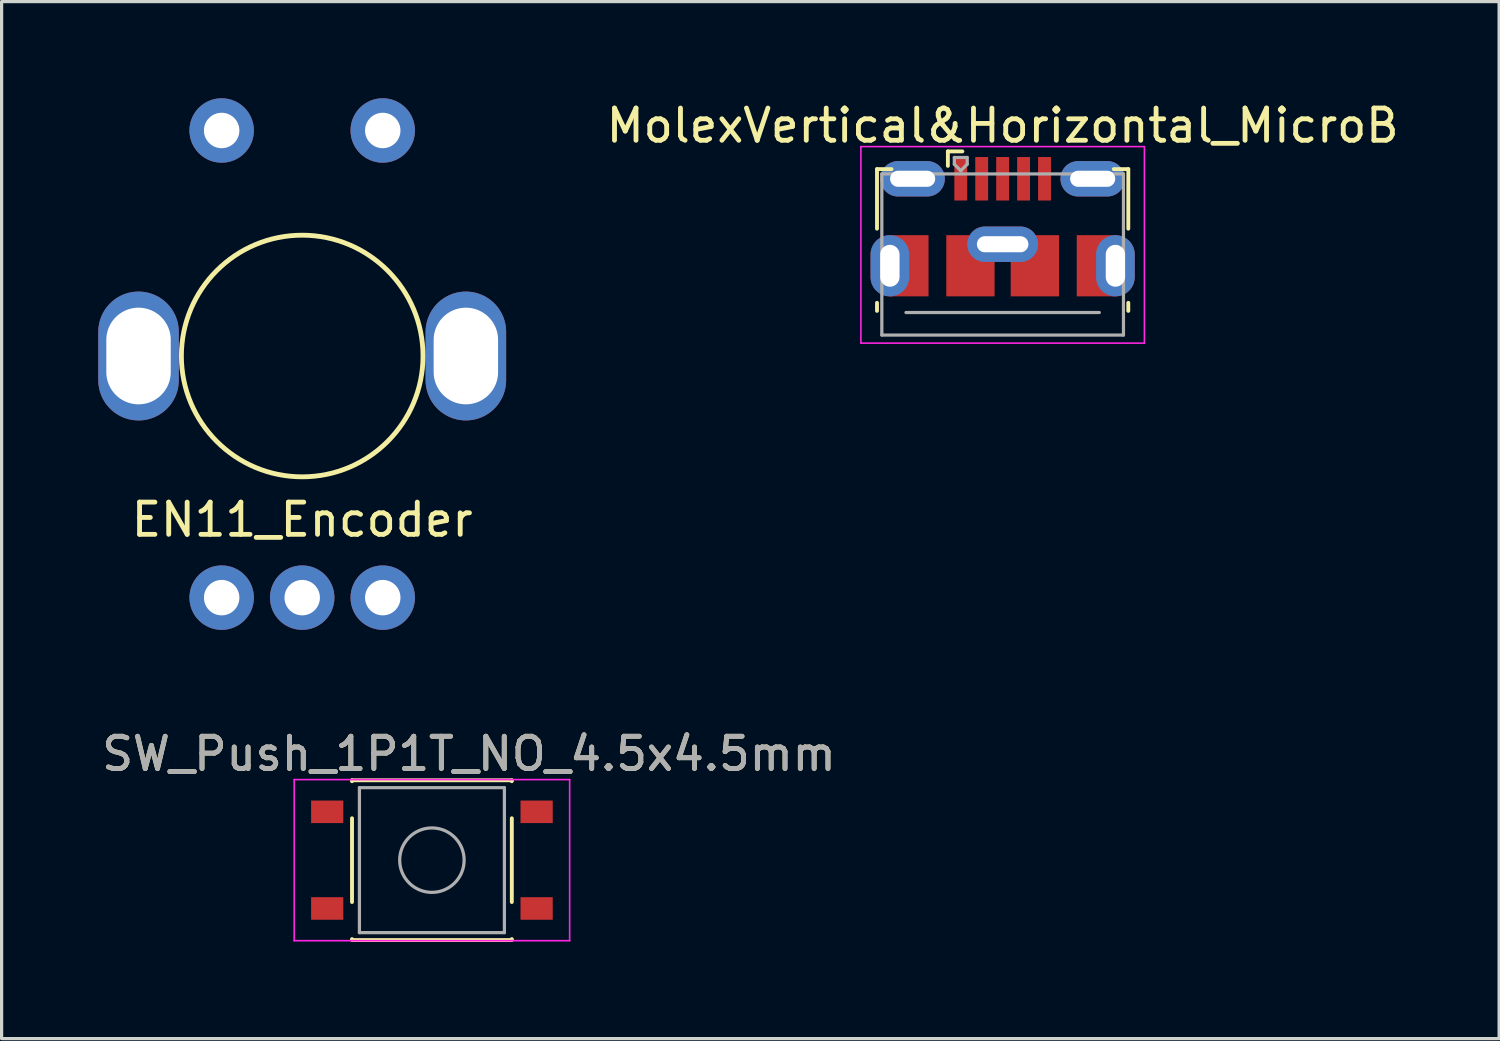
<source format=kicad_pcb>
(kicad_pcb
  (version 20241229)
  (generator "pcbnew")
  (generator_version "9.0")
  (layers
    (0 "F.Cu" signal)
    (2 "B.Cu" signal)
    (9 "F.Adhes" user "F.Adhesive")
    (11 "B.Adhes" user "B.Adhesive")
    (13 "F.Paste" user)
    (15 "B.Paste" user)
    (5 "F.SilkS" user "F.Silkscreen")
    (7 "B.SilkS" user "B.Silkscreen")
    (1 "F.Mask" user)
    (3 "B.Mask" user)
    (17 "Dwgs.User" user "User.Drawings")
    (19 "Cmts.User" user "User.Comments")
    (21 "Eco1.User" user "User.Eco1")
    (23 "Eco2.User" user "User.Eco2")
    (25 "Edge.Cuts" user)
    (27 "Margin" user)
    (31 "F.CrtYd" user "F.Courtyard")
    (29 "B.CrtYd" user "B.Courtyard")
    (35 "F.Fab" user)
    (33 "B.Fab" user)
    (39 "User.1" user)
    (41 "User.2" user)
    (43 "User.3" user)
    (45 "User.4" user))
  (footprint "SW_Push_1P1T_NO_4.5x4.5mm"
    (layer "F.Cu")
    (at 10.356 23.648)
    (property "Reference" "SW_Push_1P1T_NO_4.5x4.5mm" (at 1.15 -3.3 0) (layer "F.SilkS") (effects (font (size 1 1) (thickness 0.15))))
    (attr smd)
    (fp_line (start -2.48 -2.48) (end 2.48 -2.48) (stroke (width 0.12) (type solid)) (layer "F.SilkS"))
    (fp_line (start -2.48 -2.45) (end -2.48 -2.48) (stroke (width 0.12) (type solid)) (layer "F.SilkS"))
    (fp_line (start -2.48 -1.3) (end -2.48 1.3) (stroke (width 0.12) (type solid)) (layer "F.SilkS"))
    (fp_line (start -2.48 2.45) (end -2.48 2.45) (stroke (width 0.12) (type solid)) (layer "F.SilkS"))
    (fp_line (start -2.48 2.48) (end 2.48 2.48) (stroke (width 0.12) (type solid)) (layer "F.SilkS"))
    (fp_line (start 2.48 -2.48) (end 2.48 -2.45) (stroke (width 0.12) (type solid)) (layer "F.SilkS"))
    (fp_line (start 2.48 -1.3) (end 2.48 1.3) (stroke (width 0.12) (type solid)) (layer "F.SilkS"))
    (fp_line (start 2.48 2.45) (end 2.48 2.45) (stroke (width 0.12) (type solid)) (layer "F.SilkS"))
    (fp_line (start -4.275 -2.5) (end -4.275 2.5) (stroke (width 0.05) (type solid)) (layer "F.CrtYd"))
    (fp_line (start -4.275 -2.5) (end 4.275 -2.5) (stroke (width 0.05) (type solid)) (layer "F.CrtYd"))
    (fp_line (start -4.275 2.5) (end 4.275 2.5) (stroke (width 0.05) (type solid)) (layer "F.CrtYd"))
    (fp_line (start 4.275 2.5) (end 4.275 -2.5) (stroke (width 0.05) (type solid)) (layer "F.CrtYd"))
    (fp_line (start -2.25 -2.25) (end -2.25 2.25) (stroke (width 0.1) (type solid)) (layer "F.Fab"))
    (fp_line (start -2.25 2.25) (end 2.25 2.25) (stroke (width 0.1) (type solid)) (layer "F.Fab"))
    (fp_line (start 2.25 -2.25) (end -2.25 -2.25) (stroke (width 0.1) (type solid)) (layer "F.Fab"))
    (fp_line (start 2.25 2.25) (end 2.25 -2.25) (stroke (width 0.1) (type solid)) (layer "F.Fab"))
    (fp_circle (center 0 0) (end 1 0) (stroke (width 0.1) (type solid)) (fill no) (layer "F.Fab"))
    (fp_text user "${REFERENCE}" (at 1.15 -3.3 0) (layer "F.Fab") (effects (font (size 1 1) (thickness 0.15))))
    (pad "1" smd rect (at -3.25 -1.5) (size 1 0.7) (layers "F.Cu" "F.Mask" "F.Paste"))
    (pad "1" smd rect (at 3.25 -1.5) (size 1 0.7) (layers "F.Cu" "F.Mask" "F.Paste"))
    (pad "2" smd rect (at -3.25 1.5) (size 1 0.7) (layers "F.Cu" "F.Mask" "F.Paste"))
    (pad "2" smd rect (at 3.25 1.5) (size 1 0.7) (layers "F.Cu" "F.Mask" "F.Paste")))
  (footprint "MolexVertical&Horizontal_MicroB"
    (layer "F.Cu")
    (at 28.071 3.961)
    (property "Reference" "MolexVertical&Horizontal_MicroB" (at 0 -3.112 0) (layer "F.SilkS") (effects (font (size 1 1) (thickness 0.15))))
    (attr smd)
    (fp_line (start -3.9 -1.762) (end -3.45 -1.762) (stroke (width 0.12) (type solid)) (layer "F.SilkS"))
    (fp_line (start -3.9 0.087) (end -3.9 -1.762) (stroke (width 0.12) (type solid)) (layer "F.SilkS"))
    (fp_line (start -3.9 2.638) (end -3.9 2.388) (stroke (width 0.12) (type solid)) (layer "F.SilkS"))
    (fp_line (start -1.7 -2.312) (end -1.7 -1.863) (stroke (width 0.12) (type solid)) (layer "F.SilkS"))
    (fp_line (start -1.7 -2.312) (end -1.25 -2.312) (stroke (width 0.12) (type solid)) (layer "F.SilkS"))
    (fp_line (start 3.9 -1.762) (end 3.45 -1.762) (stroke (width 0.12) (type solid)) (layer "F.SilkS"))
    (fp_line (start 3.9 0.087) (end 3.9 -1.762) (stroke (width 0.12) (type solid)) (layer "F.SilkS"))
    (fp_line (start 3.9 2.638) (end 3.9 2.388) (stroke (width 0.12) (type solid)) (layer "F.SilkS"))
    (fp_line (start -4.4 -2.46) (end 4.4 -2.46) (stroke (width 0.05) (type solid)) (layer "F.CrtYd"))
    (fp_line (start -4.4 3.64) (end -4.4 -2.46) (stroke (width 0.05) (type solid)) (layer "F.CrtYd"))
    (fp_line (start -4.4 3.64) (end 4.4 3.64) (stroke (width 0.05) (type solid)) (layer "F.CrtYd"))
    (fp_line (start 4.4 -2.46) (end 4.4 3.64) (stroke (width 0.05) (type solid)) (layer "F.CrtYd"))
    (fp_line (start -3.75 -1.613) (end 3.75 -1.613) (stroke (width 0.1) (type solid)) (layer "F.Fab"))
    (fp_line (start -3.75 3.388) (end -3.75 -1.613) (stroke (width 0.1) (type solid)) (layer "F.Fab"))
    (fp_line (start -3.75 3.389) (end 3.75 3.389) (stroke (width 0.1) (type solid)) (layer "F.Fab"))
    (fp_line (start -3 2.689) (end 3 2.689) (stroke (width 0.1) (type solid)) (layer "F.Fab"))
    (fp_line (start -1.5 -2.123) (end -1.5 -1.913) (stroke (width 0.1) (type solid)) (layer "F.Fab"))
    (fp_line (start -1.5 -2.123) (end -1.1 -2.123) (stroke (width 0.1) (type solid)) (layer "F.Fab"))
    (fp_line (start -1.3 -1.712) (end -1.5 -1.913) (stroke (width 0.1) (type solid)) (layer "F.Fab"))
    (fp_line (start -1.1 -2.123) (end -1.1 -1.913) (stroke (width 0.1) (type solid)) (layer "F.Fab"))
    (fp_line (start -1.1 -1.913) (end -1.3 -1.712) (stroke (width 0.1) (type solid)) (layer "F.Fab"))
    (fp_line (start 3.75 3.388) (end 3.75 -1.613) (stroke (width 0.1) (type solid)) (layer "F.Fab"))
    (pad "1" smd rect (at -1.3 -1.462 180) (size 0.4 1.35) (layers "F.Cu" "F.Mask" "F.Paste"))
    (pad "2" smd rect (at -0.65 -1.462 180) (size 0.4 1.35) (layers "F.Cu" "F.Mask" "F.Paste"))
    (pad "3" smd rect (at 0 -1.462 180) (size 0.4 1.35) (layers "F.Cu" "F.Mask" "F.Paste"))
    (pad "4" smd rect (at 0.65 -1.462 180) (size 0.4 1.35) (layers "F.Cu" "F.Mask" "F.Paste"))
    (pad "5" smd rect (at 1.3 -1.462 180) (size 0.4 1.35) (layers "F.Cu" "F.Mask" "F.Paste"))
    (pad "6" thru_hole oval (at -3.5 1.238) (size 1.2 1.9) (drill oval 0.6 1.3) (layers "*.Cu" "*.Mask"))
    (pad "6" smd rect (at -2.9 1.238 180) (size 1.2 1.9) (layers "F.Cu" "F.Mask"))
    (pad "6" thru_hole oval (at -2.794 -1.462 180) (size 2 1.1) (drill oval 1.4 0.5) (layers "*.Cu" "*.Mask"))
    (pad "6" smd rect (at -1 1.238 180) (size 1.5 1.9) (layers "F.Cu" "F.Mask" "F.Paste"))
    (pad "6" thru_hole oval (at 0 0.57 180) (size 2.2 1.1) (drill oval 1.6 0.5) (layers "*.Cu" "*.Mask"))
    (pad "6" smd rect (at 1 1.238 180) (size 1.5 1.9) (layers "F.Cu" "F.Mask" "F.Paste"))
    (pad "6" thru_hole oval (at 2.794 -1.462 180) (size 2 1.1) (drill oval 1.4 0.5) (layers "*.Cu" "*.Mask"))
    (pad "6" smd rect (at 2.9 1.238 180) (size 1.2 1.9) (layers "F.Cu" "F.Mask"))
    (pad "6" thru_hole oval (at 3.5 1.238 180) (size 1.2 1.9) (drill oval 0.6 1.3) (layers "*.Cu" "*.Mask")))
  (footprint "EN11_Encoder"
    (layer "F.Cu")
    (at 6.33 8)
    (property "Reference" "EN11_Encoder" (at 0 5.08 0) (layer "F.SilkS") (effects (font (size 1 1) (thickness 0.15))))
    (attr through_hole exclude_from_bom)
    (fp_circle (center 0 0) (end 3.75 0) (stroke (width 0.15) (type solid)) (fill no) (layer "F.SilkS"))
    (pad "A" thru_hole circle (at -2.5 7.5) (size 2 2) (drill 1.1) (layers "*.Cu" "*.Mask"))
    (pad "B" thru_hole circle (at 2.5 7.5) (size 2 2) (drill 1.1) (layers "*.Cu" "*.Mask"))
    (pad "C" thru_hole circle (at 0 7.5) (size 2 2) (drill 1.1) (layers "*.Cu" "*.Mask"))
    (pad "MP" thru_hole oval (at -5.08 0) (size 2.5 4) (drill oval 2 3) (layers "*.Cu" "*.Mask"))
    (pad "MP" thru_hole oval (at 5.08 0 180) (size 2.5 4) (drill oval 2 3) (layers "*.Cu" "*.Mask"))
    (pad "S1" thru_hole circle (at -2.5 -7) (size 2 2) (drill 1.1) (layers "*.Cu" "*.Mask"))
    (pad "S2" thru_hole circle (at 2.5 -7) (size 2 2) (drill 1.1) (layers "*.Cu" "*.Mask")))
  (gr_rect
    (start -3 -3)
    (end 43.481 29.188)
    (stroke (width 0.1) (type default))
    (fill no)
    (layer "Edge.Cuts")))
</source>
